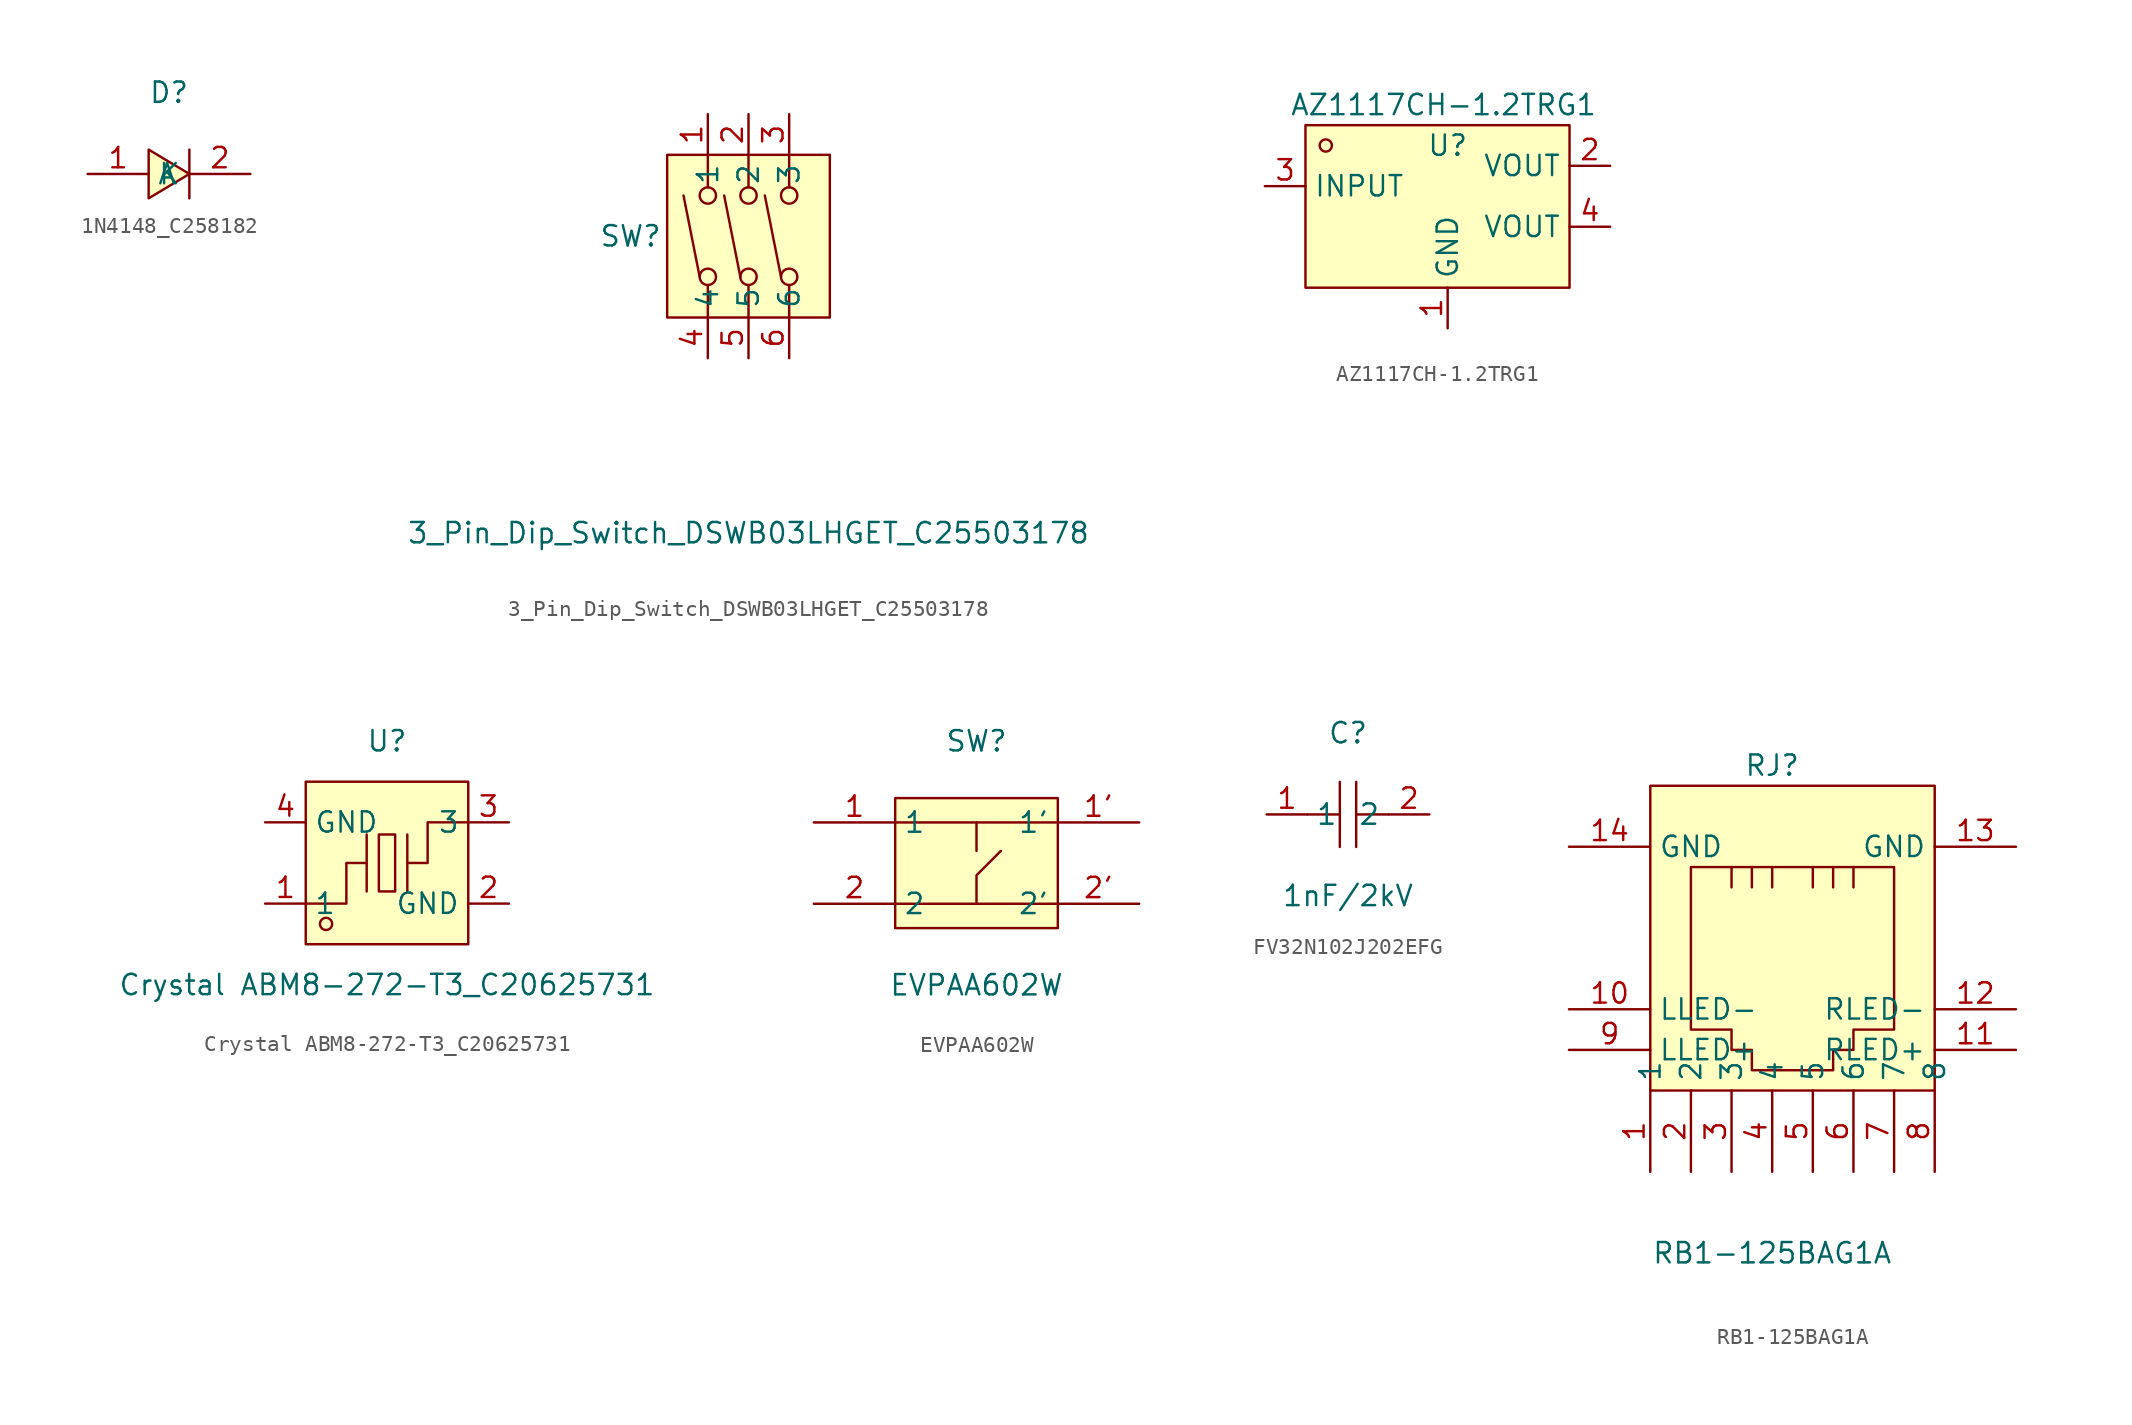
<source format=kicad_sym>
(kicad_symbol_lib
  (version 20241209)
  (generator "kicad_symbol_editor")
  (generator_version "9.0")
  (symbol "1N4148_C258182"
    (property "Reference" "D"
      (at 0 5.08 0)
      (effects (font (size 1.27 1.27))))
    (symbol "1N4148_C258182_0_1"
      (polyline (pts (xy -1.27 -1.52) (xy 1.27 0) (xy -1.27 1.52) (xy -1.27 -1.52)) (stroke (width 0) (type default)) (fill (type background)))
      (polyline (pts (xy 1.27 1.52) (xy 1.27 -1.52)) (stroke (width 0) (type default)) (fill (type none)))
      (pin unspecified line (at -5.08 0 0) (length 3.81) (name "A" (effects (font (size 1.27 1.27)))) (number "1" (effects (font (size 1.27 1.27)))))
      (pin unspecified line (at 5.08 0 180) (length 3.81) (name "K" (effects (font (size 1.27 1.27)))) (number "2" (effects (font (size 1.27 1.27)))))))
  (symbol "3_Pin_Dip_Switch_DSWB03LHGET_C25503178"
    (property "Reference" "SW"
      (at -7.366 0 0)
      (effects (font (size 1.27 1.27))))
    (property "Value" "3_Pin_Dip_Switch_DSWB03LHGET_C25503178"
      (at 0 -18.542 0)
      (effects (font (size 1.27 1.27))))
    (symbol "3_Pin_Dip_Switch_DSWB03LHGET_C25503178_0_1"
      (rectangle (start -5.08 5.08) (end 5.08 -5.08) (stroke (width 0) (type default)) (fill (type background)))
      (polyline (pts (xy -3.05 -2.54) (xy -4.06 2.54)) (stroke (width 0) (type default)) (fill (type none)))
      (polyline (pts (xy -2.54 3.05) (xy -2.54 5.08)) (stroke (width 0) (type default)) (fill (type none)))
      (circle (center -2.54 2.54) (radius 0.51) (stroke (width 0) (type default)) (fill (type none)))
      (circle (center -2.54 -2.54) (radius 0.51) (stroke (width 0) (type default)) (fill (type none)))
      (polyline (pts (xy -2.54 -3.05) (xy -2.54 -5.08)) (stroke (width 0) (type default)) (fill (type none)))
      (polyline (pts (xy -0.51 -2.54) (xy -1.52 2.54)) (stroke (width 0) (type default)) (fill (type none)))
      (polyline (pts (xy 0 3.05) (xy 0 5.08)) (stroke (width 0) (type default)) (fill (type none)))
      (circle (center 0 2.54) (radius 0.51) (stroke (width 0) (type default)) (fill (type none)))
      (circle (center 0 -2.54) (radius 0.51) (stroke (width 0) (type default)) (fill (type none)))
      (polyline (pts (xy 0 -3.05) (xy 0 -5.08)) (stroke (width 0) (type default)) (fill (type none)))
      (polyline (pts (xy 2.03 -2.54) (xy 1.02 2.54)) (stroke (width 0) (type default)) (fill (type none)))
      (polyline (pts (xy 2.54 3.05) (xy 2.54 5.08)) (stroke (width 0) (type default)) (fill (type none)))
      (circle (center 2.54 2.54) (radius 0.51) (stroke (width 0) (type default)) (fill (type none)))
      (circle (center 2.54 -2.54) (radius 0.51) (stroke (width 0) (type default)) (fill (type none)))
      (polyline (pts (xy 2.54 -3.05) (xy 2.54 -5.08)) (stroke (width 0) (type default)) (fill (type none)))
      (pin unspecified line (at -2.54 7.62 270) (length 2.54) (name "1" (effects (font (size 1.27 1.27)))) (number "1" (effects (font (size 1.27 1.27)))))
      (pin unspecified line (at -2.54 -7.62 90) (length 2.54) (name "4" (effects (font (size 1.27 1.27)))) (number "4" (effects (font (size 1.27 1.27)))))
      (pin unspecified line (at 0 7.62 270) (length 2.54) (name "2" (effects (font (size 1.27 1.27)))) (number "2" (effects (font (size 1.27 1.27)))))
      (pin unspecified line (at 0 -7.62 90) (length 2.54) (name "5" (effects (font (size 1.27 1.27)))) (number "5" (effects (font (size 1.27 1.27)))))
      (pin unspecified line (at 2.54 7.62 270) (length 2.54) (name "3" (effects (font (size 1.27 1.27)))) (number "3" (effects (font (size 1.27 1.27)))))
      (pin unspecified line (at 2.54 -7.62 90) (length 2.54) (name "6" (effects (font (size 1.27 1.27)))) (number "6" (effects (font (size 1.27 1.27)))))))
  (symbol "AZ1117CH-1.2TRG1"
    (property "Reference" "U"
      (at 0 3.81 0)
      (effects (font (size 1.27 1.27))))
    (property "Value" "AZ1117CH-1.2TRG1"
      (at -0.254 6.35 0)
      (effects (font (size 1.27 1.27))))
    (symbol "AZ1117CH-1.2TRG1_0_1"
      (rectangle (start -8.89 5.08) (end 7.62 -5.08) (stroke (width 0) (type default)) (fill (type background)))
      (circle (center -7.62 3.81) (radius 0.38) (stroke (width 0) (type default)) (fill (type none)))
      (pin unspecified line (at -11.43 1.27 0) (length 2.54) (name "INPUT" (effects (font (size 1.27 1.27)))) (number "3" (effects (font (size 1.27 1.27)))))
      (pin unspecified line (at 0 -7.62 90) (length 2.54) (name "GND" (effects (font (size 1.27 1.27)))) (number "1" (effects (font (size 1.27 1.27)))))
      (pin unspecified line (at 10.16 2.54 180) (length 2.54) (name "VOUT" (effects (font (size 1.27 1.27)))) (number "2" (effects (font (size 1.27 1.27)))))
      (pin unspecified line (at 10.16 -1.27 180) (length 2.54) (name "VOUT" (effects (font (size 1.27 1.27)))) (number "4" (effects (font (size 1.27 1.27)))))))
  (symbol "Crystal ABM8-272-T3_C20625731"
    (property "Reference" "U"
      (at 0 7.62 0)
      (effects (font (size 1.27 1.27))))
    (property "Value" "Crystal ABM8-272-T3_C20625731"
      (at 0 -7.62 0)
      (effects (font (size 1.27 1.27))))
    (symbol "Crystal ABM8-272-T3_C20625731_0_1"
      (rectangle (start -5.08 5.08) (end 5.08 -5.08) (stroke (width 0) (type default)) (fill (type background)))
      (polyline (pts (xy -5.08 -2.54) (xy -2.54 -2.54) (xy -2.54 0) (xy -1.27 0)) (stroke (width 0) (type default)) (fill (type none)))
      (circle (center -3.81 -3.81) (radius 0.38) (stroke (width 0) (type default)) (fill (type none)))
      (polyline (pts (xy -1.27 -1.78) (xy -1.27 1.78)) (stroke (width 0) (type default)) (fill (type none)))
      (rectangle (start -0.51 1.78) (end 0.51 -1.78) (stroke (width 0) (type default)) (fill (type background)))
      (polyline (pts (xy 1.27 -1.78) (xy 1.27 1.78)) (stroke (width 0) (type default)) (fill (type none)))
      (polyline (pts (xy 5.08 2.54) (xy 2.54 2.54) (xy 2.54 0) (xy 1.27 0)) (stroke (width 0) (type default)) (fill (type none)))
      (pin input line (at -7.62 2.54 0) (length 2.54) (name "GND" (effects (font (size 1.27 1.27)))) (number "4" (effects (font (size 1.27 1.27)))))
      (pin input line (at -7.62 -2.54 0) (length 2.54) (name "1" (effects (font (size 1.27 1.27)))) (number "1" (effects (font (size 1.27 1.27)))))
      (pin input line (at 7.62 2.54 180) (length 2.54) (name "3" (effects (font (size 1.27 1.27)))) (number "3" (effects (font (size 1.27 1.27)))))
      (pin input line (at 7.62 -2.54 180) (length 2.54) (name "GND" (effects (font (size 1.27 1.27)))) (number "2" (effects (font (size 1.27 1.27)))))))
  (symbol "EVPAA602W"
    (property "Reference" "SW"
      (at 0 7.62 0)
      (effects (font (size 1.27 1.27))))
    (property "Value" "EVPAA602W"
      (at 0 -7.62 0)
      (effects (font (size 1.27 1.27))))
    (symbol "EVPAA602W_0_1"
      (rectangle (start -5.08 4.06) (end 5.08 -4.06) (stroke (width 0) (type default)) (fill (type background)))
      (polyline (pts (xy -5.08 2.54) (xy 5.08 2.54)) (stroke (width 0) (type default)) (fill (type none)))
      (polyline (pts (xy -5.08 -2.54) (xy 5.08 -2.54)) (stroke (width 0) (type default)) (fill (type none)))
      (polyline (pts (xy 0 2.54) (xy 0 1.02) (xy 0 0.76)) (stroke (width 0) (type default)) (fill (type none)))
      (polyline (pts (xy 0 -2.54) (xy 0 -0.76) (xy 1.52 0.76)) (stroke (width 0) (type default)) (fill (type none)))
      (pin unspecified line (at -10.16 2.54 0) (length 5.08) (name "1" (effects (font (size 1.27 1.27)))) (number "1" (effects (font (size 1.27 1.27)))))
      (pin unspecified line (at -10.16 -2.54 0) (length 5.08) (name "2" (effects (font (size 1.27 1.27)))) (number "2" (effects (font (size 1.27 1.27)))))
      (pin unspecified line (at 10.16 2.54 180) (length 5.08) (name "1'" (effects (font (size 1.27 1.27)))) (number "1'" (effects (font (size 1.27 1.27)))))
      (pin unspecified line (at 10.16 -2.54 180) (length 5.08) (name "2'" (effects (font (size 1.27 1.27)))) (number "2'" (effects (font (size 1.27 1.27)))))))
  (symbol "FV32N102J202EFG"
    (property "Reference" "C"
      (at 0 5.08 0)
      (effects (font (size 1.27 1.27))))
    (property "Value" "1nF/2kV"
      (at 0 -5.08 0)
      (effects (font (size 1.27 1.27))))
    (symbol "FV32N102J202EFG_0_1"
      (polyline (pts (xy -0.51 0) (xy -2.54 0)) (stroke (width 0) (type default)) (fill (type none)))
      (polyline (pts (xy -0.51 -2.03) (xy -0.51 2.03)) (stroke (width 0) (type default)) (fill (type none)))
      (polyline (pts (xy 0.51 2.03) (xy 0.51 -2.03)) (stroke (width 0) (type default)) (fill (type none)))
      (polyline (pts (xy 2.54 0) (xy 0.51 0)) (stroke (width 0) (type default)) (fill (type none)))
      (pin unspecified line (at -5.08 0 0) (length 2.54) (name "1" (effects (font (size 1.27 1.27)))) (number "1" (effects (font (size 1.27 1.27)))))
      (pin unspecified line (at 5.08 0 180) (length 2.54) (name "2" (effects (font (size 1.27 1.27)))) (number "2" (effects (font (size 1.27 1.27)))))))
  (symbol "RB1-125BAG1A"
    (property "Reference" "RJ"
      (at 0 12.7 0)
      (effects (font (size 1.27 1.27))))
    (property "Value" "RB1-125BAG1A"
      (at 0 -17.78 0)
      (effects (font (size 1.27 1.27))))
    (symbol "RB1-125BAG1A_0_1"
      (rectangle (start -7.62 11.43) (end 10.16 -7.62) (stroke (width 0) (type default)) (fill (type background)))
      (polyline (pts (xy -2.54 6.35) (xy -2.54 5.08) (xy -2.54 5.08)) (stroke (width 0) (type default)) (fill (type none)))
      (polyline (pts (xy -1.27 6.35) (xy -1.27 5.08) (xy -1.27 5.08)) (stroke (width 0) (type default)) (fill (type none)))
      (polyline (pts (xy 0 6.35) (xy 0 5.08) (xy 0 5.08)) (stroke (width 0) (type default)) (fill (type none)))
      (polyline (pts (xy 2.54 6.35) (xy 2.54 5.08) (xy 2.54 5.08)) (stroke (width 0) (type default)) (fill (type none)))
      (polyline (pts (xy 3.81 6.35) (xy 3.81 5.08) (xy 3.81 5.08)) (stroke (width 0) (type default)) (fill (type none)))
      (polyline (pts (xy 5.08 6.35) (xy 5.08 5.08) (xy 5.08 5.08)) (stroke (width 0) (type default)) (fill (type none)))
      (polyline (pts (xy 7.62 6.35) (xy -5.08 6.35) (xy -5.08 -3.81) (xy -2.54 -3.81) (xy -2.54 -5.08) (xy -1.27 -5.08) (xy -1.27 -5.08) (xy -1.27 -6.35) (xy 3.81 -6.35) (xy 3.81 -5.08) (xy 5.08 -5.08) (xy 5.08 -3.81) (xy 7.62 -3.81) (xy 7.62 6.35) (xy 7.62 5.08)) (stroke (width 0) (type default)) (fill (type none)))
      (pin unspecified line (at -12.7 7.62 0) (length 5.08) (name "GND" (effects (font (size 1.27 1.27)))) (number "14" (effects (font (size 1.27 1.27)))))
      (pin unspecified line (at -12.7 -2.54 0) (length 5.08) (name "LLED-" (effects (font (size 1.27 1.27)))) (number "10" (effects (font (size 1.27 1.27)))))
      (pin unspecified line (at -12.7 -5.08 0) (length 5.08) (name "LLED+" (effects (font (size 1.27 1.27)))) (number "9" (effects (font (size 1.27 1.27)))))
      (pin unspecified line (at -7.62 -12.7 90) (length 5.08) (name "1" (effects (font (size 1.27 1.27)))) (number "1" (effects (font (size 1.27 1.27)))))
      (pin unspecified line (at -5.08 -12.7 90) (length 5.08) (name "2" (effects (font (size 1.27 1.27)))) (number "2" (effects (font (size 1.27 1.27)))))
      (pin unspecified line (at -2.54 -12.7 90) (length 5.08) (name "3" (effects (font (size 1.27 1.27)))) (number "3" (effects (font (size 1.27 1.27)))))
      (pin unspecified line (at 0 -12.7 90) (length 5.08) (name "4" (effects (font (size 1.27 1.27)))) (number "4" (effects (font (size 1.27 1.27)))))
      (pin unspecified line (at 2.54 -12.7 90) (length 5.08) (name "5" (effects (font (size 1.27 1.27)))) (number "5" (effects (font (size 1.27 1.27)))))
      (pin unspecified line (at 5.08 -12.7 90) (length 5.08) (name "6" (effects (font (size 1.27 1.27)))) (number "6" (effects (font (size 1.27 1.27)))))
      (pin unspecified line (at 7.62 -12.7 90) (length 5.08) (name "7" (effects (font (size 1.27 1.27)))) (number "7" (effects (font (size 1.27 1.27)))))
      (pin unspecified line (at 10.16 -12.7 90) (length 5.08) (name "8" (effects (font (size 1.27 1.27)))) (number "8" (effects (font (size 1.27 1.27)))))
      (pin unspecified line (at 15.24 7.62 180) (length 5.08) (name "GND" (effects (font (size 1.27 1.27)))) (number "13" (effects (font (size 1.27 1.27)))))
      (pin unspecified line (at 15.24 -2.54 180) (length 5.08) (name "RLED-" (effects (font (size 1.27 1.27)))) (number "12" (effects (font (size 1.27 1.27)))))
      (pin unspecified line (at 15.24 -5.08 180) (length 5.08) (name "RLED+" (effects (font (size 1.27 1.27)))) (number "11" (effects (font (size 1.27 1.27))))))))
</source>
